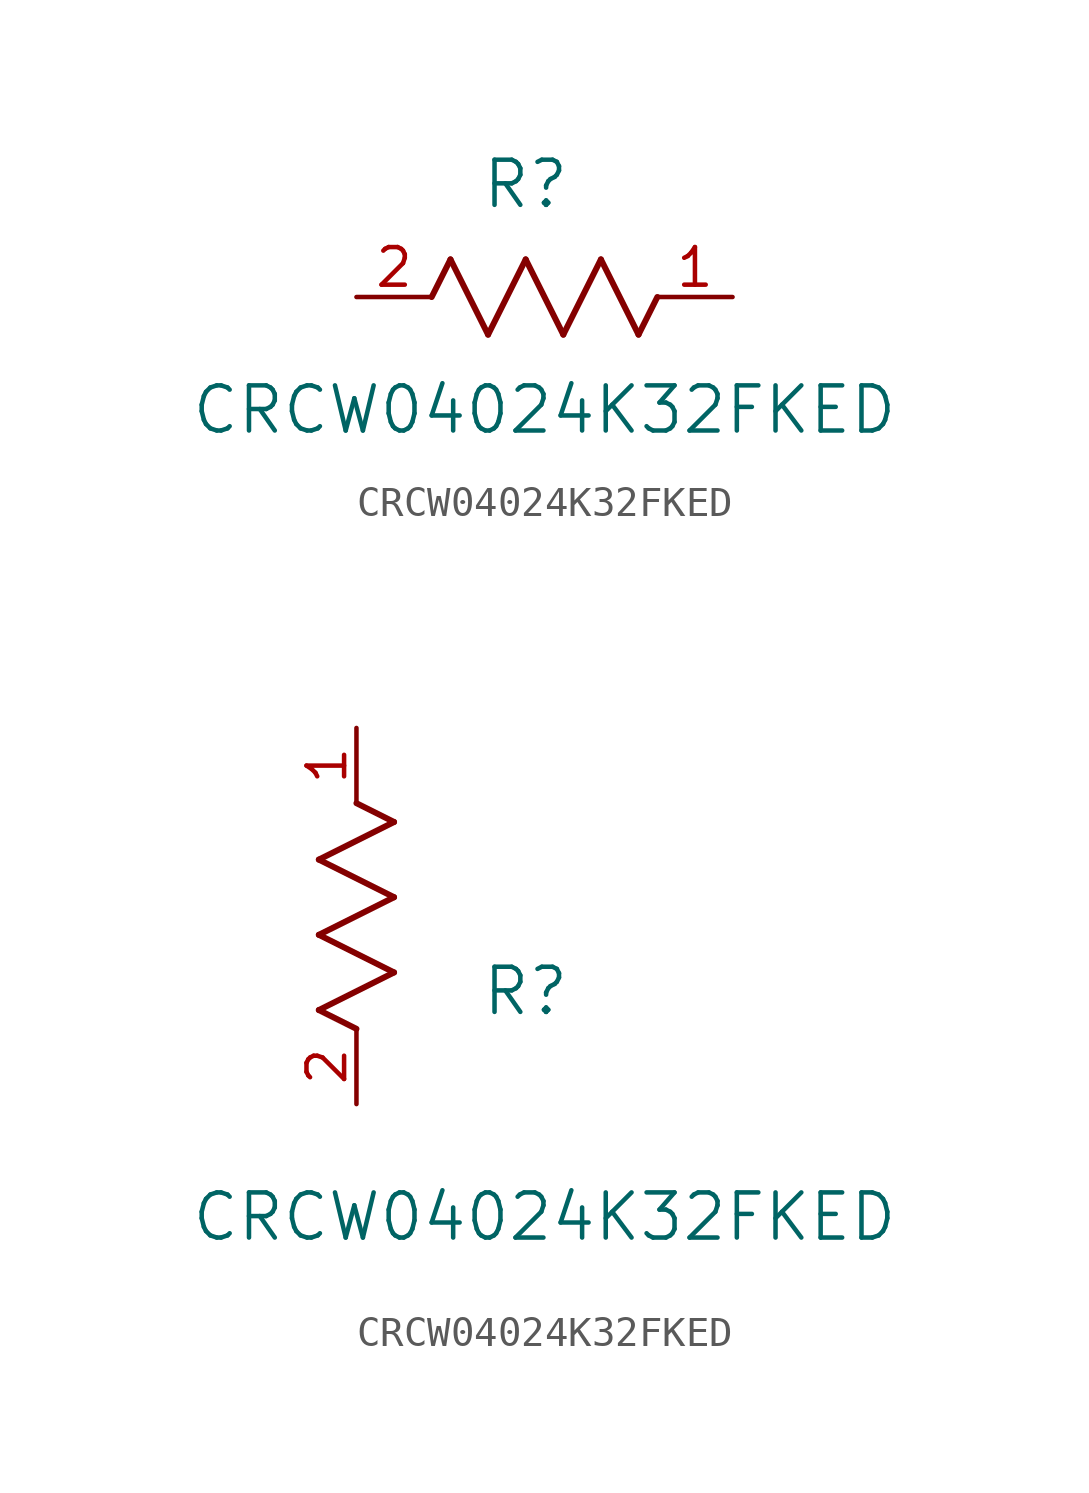
<source format=kicad_sym>
(kicad_symbol_lib
  (version 20211014)
  (generator kicad_symbol_editor)
  (symbol "CRCW04024K32FKED"
    (pin_names
      (offset 0.254))
    (property "Reference" "R"
      (at 5.715 3.81 0)
      (effects (font (size 1.524 1.524))))
    (property "Value" "CRCW04024K32FKED"
      (at 6.35 -3.81 0)
      (effects (font (size 1.524 1.524))))
    (symbol "CRCW04024K32FKED_1_1"
      (polyline (pts (xy 3.175 1.27) (xy 4.445 -1.27)) (stroke (width 0.203) (type default) (color 0 0 0 0)) (fill (type none)))
      (polyline (pts (xy 4.445 -1.27) (xy 5.715 1.27)) (stroke (width 0.203) (type default) (color 0 0 0 0)) (fill (type none)))
      (polyline (pts (xy 5.715 1.27) (xy 6.985 -1.27)) (stroke (width 0.203) (type default) (color 0 0 0 0)) (fill (type none)))
      (polyline (pts (xy 6.985 -1.27) (xy 8.255 1.27)) (stroke (width 0.203) (type default) (color 0 0 0 0)) (fill (type none)))
      (polyline (pts (xy 8.255 1.27) (xy 9.525 -1.27)) (stroke (width 0.203) (type default) (color 0 0 0 0)) (fill (type none)))
      (polyline (pts (xy 2.54 0) (xy 3.175 1.27)) (stroke (width 0.203) (type default) (color 0 0 0 0)) (fill (type none)))
      (polyline (pts (xy 9.525 -1.27) (xy 10.16 0)) (stroke (width 0.203) (type default) (color 0 0 0 0)) (fill (type none)))
      (pin unspecified line (at 12.7 0 180) (length 2.54) (name "" (effects (font (size 1.27 1.27)))) (number "1" (effects (font (size 1.27 1.27)))))
      (pin unspecified line (at 0 0 0) (length 2.54) (name "" (effects (font (size 1.27 1.27)))) (number "2" (effects (font (size 1.27 1.27))))))
    (symbol "CRCW04024K32FKED_1_2"
      (polyline (pts (xy 0 2.54) (xy -1.27 3.175)) (stroke (width 0.203) (type default) (color 0 0 0 0)) (fill (type none)))
      (polyline (pts (xy -1.27 3.175) (xy 1.27 4.445)) (stroke (width 0.203) (type default) (color 0 0 0 0)) (fill (type none)))
      (polyline (pts (xy 1.27 4.445) (xy -1.27 5.715)) (stroke (width 0.203) (type default) (color 0 0 0 0)) (fill (type none)))
      (polyline (pts (xy -1.27 5.715) (xy 1.27 6.985)) (stroke (width 0.203) (type default) (color 0 0 0 0)) (fill (type none)))
      (polyline (pts (xy -1.27 8.255) (xy 1.27 9.525)) (stroke (width 0.203) (type default) (color 0 0 0 0)) (fill (type none)))
      (polyline (pts (xy 1.27 9.525) (xy 0 10.16)) (stroke (width 0.203) (type default) (color 0 0 0 0)) (fill (type none)))
      (polyline (pts (xy 1.27 6.985) (xy -1.27 8.255)) (stroke (width 0.203) (type default) (color 0 0 0 0)) (fill (type none)))
      (pin unspecified line (at 0 12.7 270) (length 2.54) (name "" (effects (font (size 1.27 1.27)))) (number "1" (effects (font (size 1.27 1.27)))))
      (pin unspecified line (at 0 0 90) (length 2.54) (name "" (effects (font (size 1.27 1.27)))) (number "2" (effects (font (size 1.27 1.27))))))))
</source>
